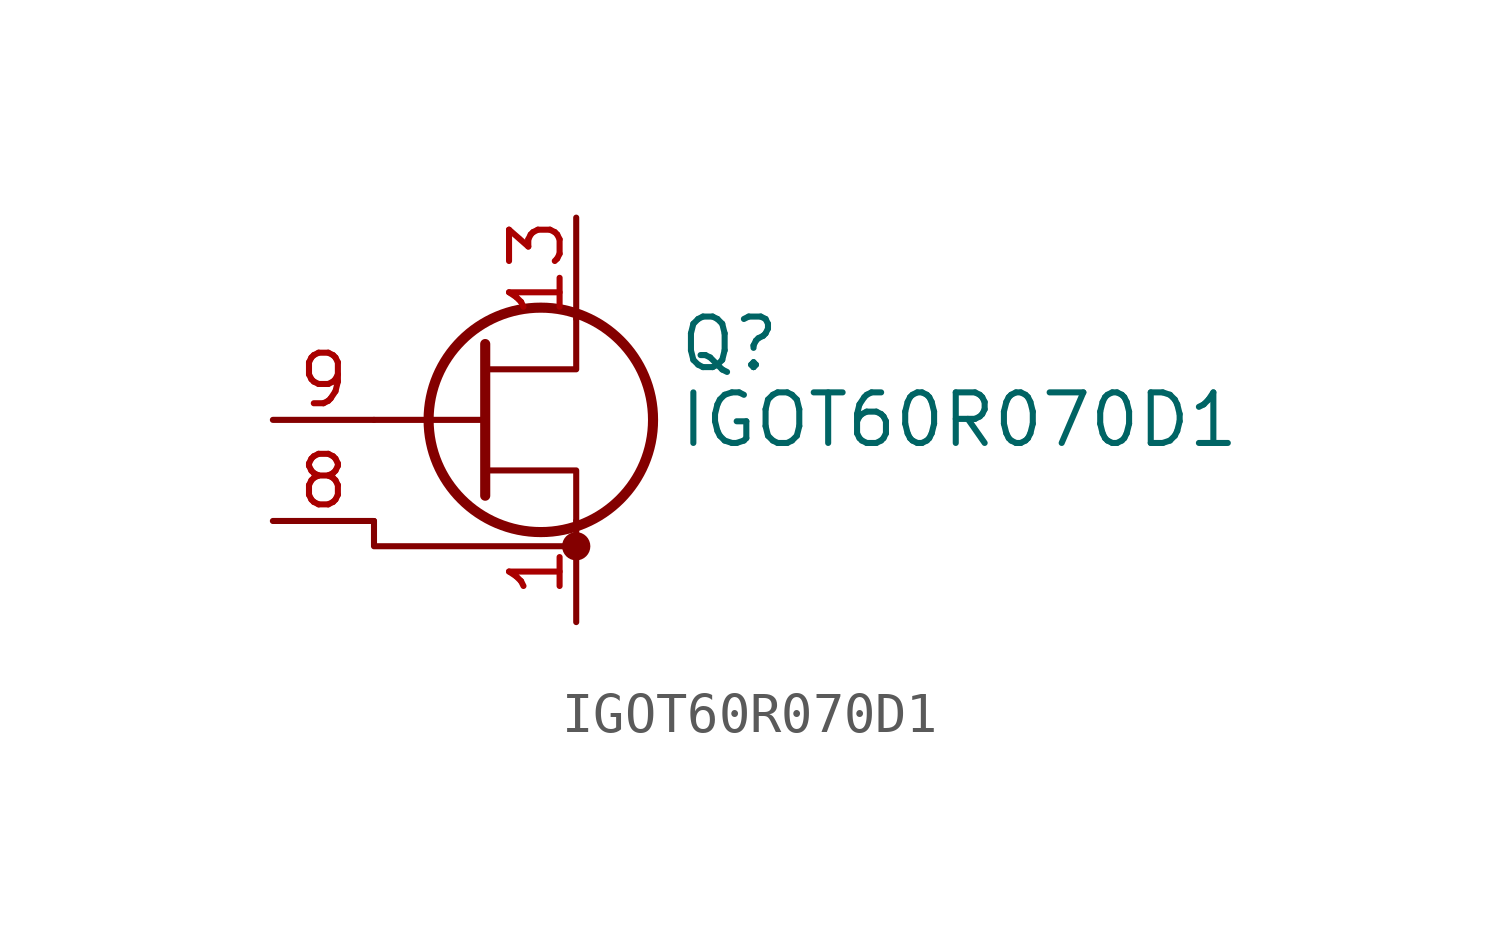
<source format=kicad_sym>
(kicad_symbol_lib
  (version 20231120)
  (generator "kicad_symbol_editor")
  (generator_version "8.0")
  (symbol "IGOT60R070D1"
    (pin_names
      (offset 0) hide)
    (property "Reference" "Q"
      (at 5.08 1.905 0)
      (effects (font (size 1.27 1.27)) (justify left)))
    (property "Value" "IGOT60R070D1"
      (at 5.08 0 0)
      (effects (font (size 1.27 1.27)) (justify left)))
    (symbol "IGOT60R070D1_0_1"
      (polyline (pts (xy -2.54 0) (xy 0.254 0)) (stroke (width 0) (type default)) (fill (type none)))
      (polyline (pts (xy -2.54 -2.54) (xy -2.54 -3.175) (xy 2.54 -3.175)) (stroke (width 0) (type default)) (fill (type none)))
      (polyline (pts (xy 0.254 -1.27) (xy 2.54 -1.27) (xy 2.54 -2.54)) (stroke (width 0) (type default)) (fill (type none)))
      (polyline (pts (xy 0.254 1.905) (xy 0.254 -1.905) (xy 0.254 -1.905)) (stroke (width 0.254) (type default)) (fill (type none)))
      (polyline (pts (xy 2.54 2.54) (xy 2.54 1.27) (xy 0.254 1.27)) (stroke (width 0) (type default)) (fill (type none)))
      (circle (center 1.651 0) (radius 2.819) (stroke (width 0.254) (type default)) (fill (type none)))
      (circle (center 2.54 -3.175) (radius 0.279) (stroke (width 0) (type default)) (fill (type outline))))
    (symbol "IGOT60R070D1_1_1"
      (pin passive line (at 2.54 -5.08 90) (length 2.54) (name "S" (effects (font (size 1.27 1.27)))) (number "1" (effects (font (size 1.27 1.27)))))
      (pin input line (at -5.08 0 0) (length 2.54) hide (name "G" (effects (font (size 1.27 1.27)))) (number "10" (effects (font (size 1.27 1.27)))))
      (pin passive line (at 2.54 5.08 270) (length 2.54) (name "D" (effects (font (size 1.27 1.27)))) (number "13" (effects (font (size 1.27 1.27)))))
      (pin passive line (at 2.54 5.08 270) (length 2.54) hide (name "D" (effects (font (size 1.27 1.27)))) (number "14" (effects (font (size 1.27 1.27)))))
      (pin passive line (at 2.54 5.08 270) (length 2.54) hide (name "D" (effects (font (size 1.27 1.27)))) (number "15" (effects (font (size 1.27 1.27)))))
      (pin passive line (at 2.54 5.08 270) (length 2.54) hide (name "D" (effects (font (size 1.27 1.27)))) (number "16" (effects (font (size 1.27 1.27)))))
      (pin passive line (at 2.54 5.08 270) (length 2.54) hide (name "D" (effects (font (size 1.27 1.27)))) (number "17" (effects (font (size 1.27 1.27)))))
      (pin passive line (at 2.54 5.08 270) (length 2.54) hide (name "D" (effects (font (size 1.27 1.27)))) (number "18" (effects (font (size 1.27 1.27)))))
      (pin passive line (at 2.54 -5.08 90) (length 2.54) hide (name "S" (effects (font (size 1.27 1.27)))) (number "2" (effects (font (size 1.27 1.27)))))
      (pin passive line (at 2.54 -5.08 90) (length 2.54) hide (name "S" (effects (font (size 1.27 1.27)))) (number "3" (effects (font (size 1.27 1.27)))))
      (pin passive line (at 2.54 -5.08 90) (length 2.54) hide (name "S" (effects (font (size 1.27 1.27)))) (number "4" (effects (font (size 1.27 1.27)))))
      (pin passive line (at 2.54 -5.08 90) (length 2.54) hide (name "S" (effects (font (size 1.27 1.27)))) (number "5" (effects (font (size 1.27 1.27)))))
      (pin passive line (at 2.54 -5.08 90) (length 2.54) hide (name "S" (effects (font (size 1.27 1.27)))) (number "6" (effects (font (size 1.27 1.27)))))
      (pin passive line (at 2.54 -5.08 90) (length 2.54) hide (name "S" (effects (font (size 1.27 1.27)))) (number "7" (effects (font (size 1.27 1.27)))))
      (pin passive line (at -5.08 -2.54 0) (length 2.54) (name "SS" (effects (font (size 1.27 1.27)))) (number "8" (effects (font (size 1.27 1.27)))))
      (pin input line (at -5.08 0 0) (length 2.54) (name "G" (effects (font (size 1.27 1.27)))) (number "9" (effects (font (size 1.27 1.27))))))))
</source>
